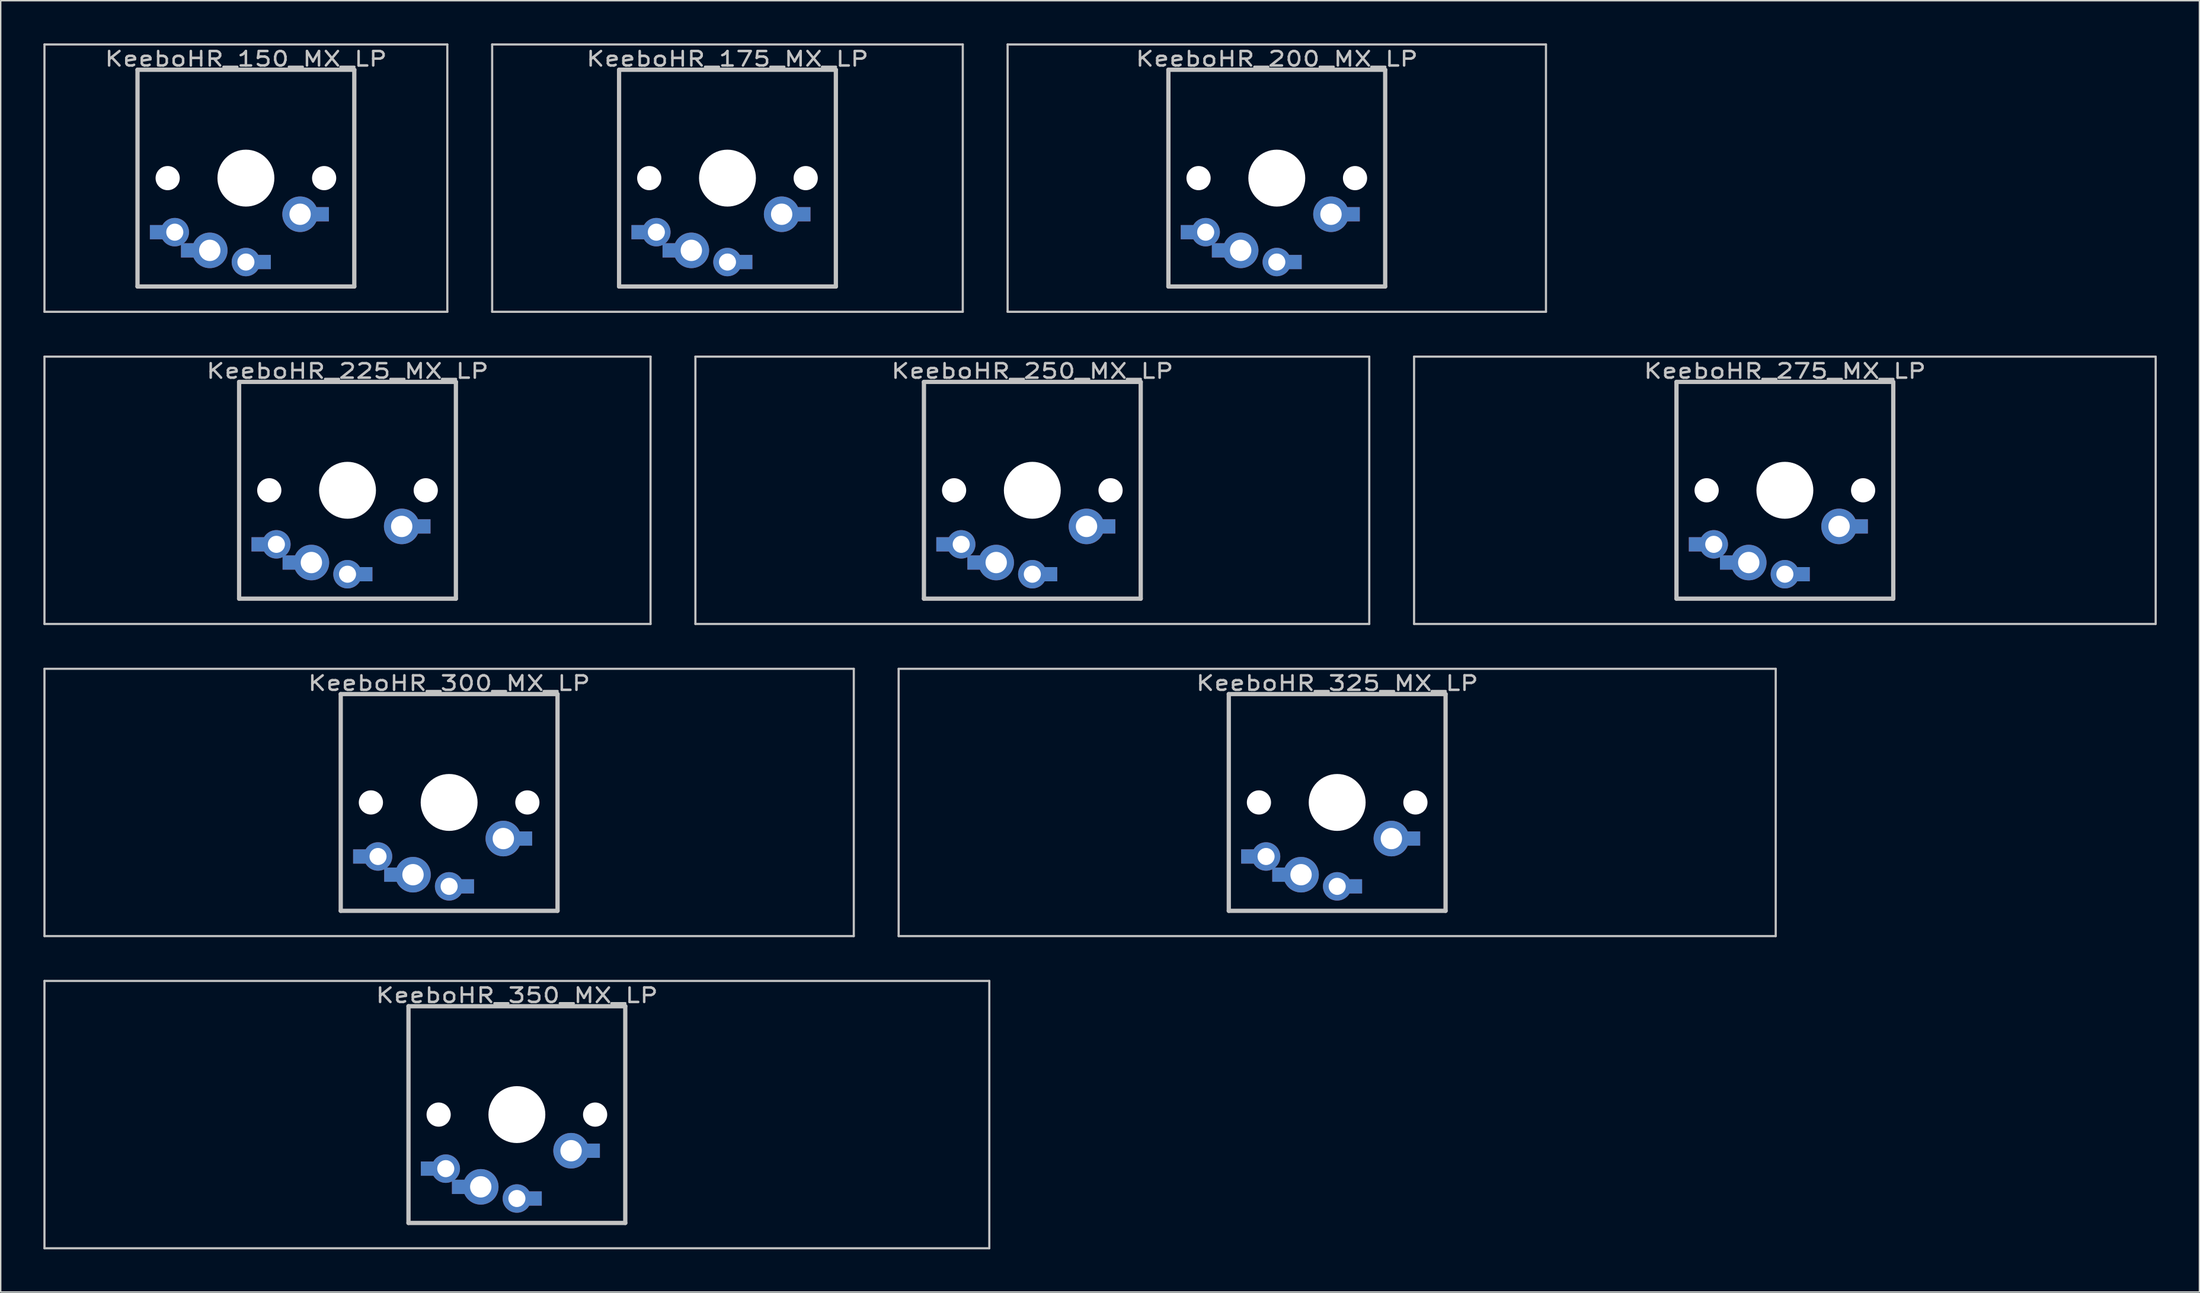
<source format=kicad_pcb>
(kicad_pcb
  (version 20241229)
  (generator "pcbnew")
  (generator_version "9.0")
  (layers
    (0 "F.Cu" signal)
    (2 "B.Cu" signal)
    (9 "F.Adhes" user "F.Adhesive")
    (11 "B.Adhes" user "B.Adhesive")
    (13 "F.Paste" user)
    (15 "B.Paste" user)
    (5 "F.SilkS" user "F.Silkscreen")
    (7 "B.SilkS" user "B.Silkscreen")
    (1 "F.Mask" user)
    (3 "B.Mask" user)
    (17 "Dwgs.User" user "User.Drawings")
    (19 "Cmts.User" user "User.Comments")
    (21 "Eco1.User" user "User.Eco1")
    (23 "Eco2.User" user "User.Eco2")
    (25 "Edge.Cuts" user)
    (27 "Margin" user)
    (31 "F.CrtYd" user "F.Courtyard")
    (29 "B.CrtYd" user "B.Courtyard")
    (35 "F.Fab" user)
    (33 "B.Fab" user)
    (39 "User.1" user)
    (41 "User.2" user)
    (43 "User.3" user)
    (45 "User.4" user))
  (footprint "KeeboHR_350_MX_LP"
    (layer "F.Cu")
    (at 33.287 75.319)
    (property "Reference" "KeeboHR_350_MX_LP" (at 0 -8.382 0) (layer "Dwgs.User") (effects (font (size 1.016 1.27) (thickness 0.178))))
    (attr through_hole)
    (fp_line (start -33.211 -9.398) (end 33.211 -9.398) (stroke (width 0.152) (type solid)) (layer "Dwgs.User"))
    (fp_line (start -33.211 9.398) (end -33.211 -9.398) (stroke (width 0.152) (type solid)) (layer "Dwgs.User"))
    (fp_line (start -7.62 -7.62) (end 7.62 -7.62) (stroke (width 0.3) (type solid)) (layer "Dwgs.User"))
    (fp_line (start -7.62 7.62) (end -7.62 -7.62) (stroke (width 0.3) (type solid)) (layer "Dwgs.User"))
    (fp_line (start 7.62 -7.62) (end 7.62 7.62) (stroke (width 0.3) (type solid)) (layer "Dwgs.User"))
    (fp_line (start 7.62 7.62) (end -7.62 7.62) (stroke (width 0.3) (type solid)) (layer "Dwgs.User"))
    (fp_line (start 33.211 -9.398) (end 33.211 9.398) (stroke (width 0.152) (type solid)) (layer "Dwgs.User"))
    (fp_line (start 33.211 9.398) (end -33.211 9.398) (stroke (width 0.152) (type solid)) (layer "Dwgs.User"))
    (pad "" np_thru_hole circle (at -5.5 0) (size 1.7 1.7) (drill 1.7) (layers "*.Cu" "*.Mask"))
    (pad "" np_thru_hole circle (at 0 0) (size 4 4) (drill 4) (layers "*.Cu" "*.Mask"))
    (pad "" np_thru_hole circle (at 5.5 0) (size 1.7 1.7) (drill 1.7) (layers "*.Cu" "*.Mask"))
    (pad "1" thru_hole circle (at 0 5.9) (size 2 2) (drill 1.2) (layers "*.Cu" "*.Mask"))
    (pad "1" smd rect (at 1.25 5.9) (size 1 1) (layers "*.Cu" "*.Mask"))
    (pad "1" thru_hole circle (at 3.81 2.54) (size 2.5 2.5) (drill 1.5) (layers "*.Cu" "*.Mask"))
    (pad "1" smd rect (at 5.334 2.54) (size 1 1) (layers "*.Cu" "*.Mask"))
    (pad "2" smd rect (at -6.25 3.8) (size 1 1) (layers "*.Cu" "*.Mask"))
    (pad "2" thru_hole circle (at -5 3.8) (size 2 2) (drill 1.2) (layers "*.Cu" "*.Mask"))
    (pad "2" smd rect (at -4.064 5.08) (size 1 1) (layers "*.Cu" "*.Mask"))
    (pad "2" thru_hole circle (at -2.54 5.08) (size 2.5 2.5) (drill 1.5) (layers "*.Cu" "*.Mask")))
  (footprint "KeeboHR_275_MX_LP"
    (layer "F.Cu")
    (at 122.427 31.423)
    (property "Reference" "KeeboHR_275_MX_LP" (at 0 -8.382 0) (layer "Dwgs.User") (effects (font (size 1.016 1.27) (thickness 0.178))))
    (attr through_hole)
    (fp_line (start -26.067 -9.398) (end 26.067 -9.398) (stroke (width 0.152) (type solid)) (layer "Dwgs.User"))
    (fp_line (start -26.067 9.398) (end -26.067 -9.398) (stroke (width 0.152) (type solid)) (layer "Dwgs.User"))
    (fp_line (start -7.62 -7.62) (end 7.62 -7.62) (stroke (width 0.3) (type solid)) (layer "Dwgs.User"))
    (fp_line (start -7.62 7.62) (end -7.62 -7.62) (stroke (width 0.3) (type solid)) (layer "Dwgs.User"))
    (fp_line (start 7.62 -7.62) (end 7.62 7.62) (stroke (width 0.3) (type solid)) (layer "Dwgs.User"))
    (fp_line (start 7.62 7.62) (end -7.62 7.62) (stroke (width 0.3) (type solid)) (layer "Dwgs.User"))
    (fp_line (start 26.067 -9.398) (end 26.067 9.398) (stroke (width 0.152) (type solid)) (layer "Dwgs.User"))
    (fp_line (start 26.067 9.398) (end -26.067 9.398) (stroke (width 0.152) (type solid)) (layer "Dwgs.User"))
    (pad "" np_thru_hole circle (at -5.5 0) (size 1.7 1.7) (drill 1.7) (layers "*.Cu" "*.Mask"))
    (pad "" np_thru_hole circle (at 0 0) (size 4 4) (drill 4) (layers "*.Cu" "*.Mask"))
    (pad "" np_thru_hole circle (at 5.5 0) (size 1.7 1.7) (drill 1.7) (layers "*.Cu" "*.Mask"))
    (pad "1" thru_hole circle (at 0 5.9) (size 2 2) (drill 1.2) (layers "*.Cu" "*.Mask"))
    (pad "1" smd rect (at 1.25 5.9) (size 1 1) (layers "*.Cu" "*.Mask"))
    (pad "1" thru_hole circle (at 3.81 2.54) (size 2.5 2.5) (drill 1.5) (layers "*.Cu" "*.Mask"))
    (pad "1" smd rect (at 5.334 2.54) (size 1 1) (layers "*.Cu" "*.Mask"))
    (pad "2" smd rect (at -6.25 3.8) (size 1 1) (layers "*.Cu" "*.Mask"))
    (pad "2" thru_hole circle (at -5 3.8) (size 2 2) (drill 1.2) (layers "*.Cu" "*.Mask"))
    (pad "2" smd rect (at -4.064 5.08) (size 1 1) (layers "*.Cu" "*.Mask"))
    (pad "2" thru_hole circle (at -2.54 5.08) (size 2.5 2.5) (drill 1.5) (layers "*.Cu" "*.Mask")))
  (footprint "KeeboHR_150_MX_LP"
    (layer "F.Cu")
    (at 14.237 9.474)
    (property "Reference" "KeeboHR_150_MX_LP" (at 0 -8.382 0) (layer "Dwgs.User") (effects (font (size 1.016 1.27) (thickness 0.178))))
    (attr through_hole)
    (fp_line (start -14.161 -9.398) (end 14.161 -9.398) (stroke (width 0.152) (type solid)) (layer "Dwgs.User"))
    (fp_line (start -14.161 9.398) (end -14.161 -9.398) (stroke (width 0.152) (type solid)) (layer "Dwgs.User"))
    (fp_line (start -7.62 -7.62) (end 7.62 -7.62) (stroke (width 0.3) (type solid)) (layer "Dwgs.User"))
    (fp_line (start -7.62 7.62) (end -7.62 -7.62) (stroke (width 0.3) (type solid)) (layer "Dwgs.User"))
    (fp_line (start 7.62 -7.62) (end 7.62 7.62) (stroke (width 0.3) (type solid)) (layer "Dwgs.User"))
    (fp_line (start 7.62 7.62) (end -7.62 7.62) (stroke (width 0.3) (type solid)) (layer "Dwgs.User"))
    (fp_line (start 14.161 -9.398) (end 14.161 9.398) (stroke (width 0.152) (type solid)) (layer "Dwgs.User"))
    (fp_line (start 14.161 9.398) (end -14.161 9.398) (stroke (width 0.152) (type solid)) (layer "Dwgs.User"))
    (pad "" np_thru_hole circle (at -5.5 0) (size 1.7 1.7) (drill 1.7) (layers "*.Cu" "*.Mask"))
    (pad "" np_thru_hole circle (at 0 0) (size 4 4) (drill 4) (layers "*.Cu" "*.Mask"))
    (pad "" np_thru_hole circle (at 5.5 0) (size 1.7 1.7) (drill 1.7) (layers "*.Cu" "*.Mask"))
    (pad "1" thru_hole circle (at 0 5.9) (size 2 2) (drill 1.2) (layers "*.Cu" "*.Mask"))
    (pad "1" smd rect (at 1.25 5.9) (size 1 1) (layers "*.Cu" "*.Mask"))
    (pad "1" thru_hole circle (at 3.81 2.54) (size 2.5 2.5) (drill 1.5) (layers "*.Cu" "*.Mask"))
    (pad "1" smd rect (at 5.334 2.54) (size 1 1) (layers "*.Cu" "*.Mask"))
    (pad "2" smd rect (at -6.25 3.8) (size 1 1) (layers "*.Cu" "*.Mask"))
    (pad "2" thru_hole circle (at -5 3.8) (size 2 2) (drill 1.2) (layers "*.Cu" "*.Mask"))
    (pad "2" smd rect (at -4.064 5.08) (size 1 1) (layers "*.Cu" "*.Mask"))
    (pad "2" thru_hole circle (at -2.54 5.08) (size 2.5 2.5) (drill 1.5) (layers "*.Cu" "*.Mask")))
  (footprint "KeeboHR_300_MX_LP"
    (layer "F.Cu")
    (at 28.524 53.371)
    (property "Reference" "KeeboHR_300_MX_LP" (at 0 -8.382 0) (layer "Dwgs.User") (effects (font (size 1.016 1.27) (thickness 0.178))))
    (attr through_hole)
    (fp_line (start -28.448 -9.398) (end 28.448 -9.398) (stroke (width 0.152) (type solid)) (layer "Dwgs.User"))
    (fp_line (start -28.448 9.398) (end -28.448 -9.398) (stroke (width 0.152) (type solid)) (layer "Dwgs.User"))
    (fp_line (start -7.62 -7.62) (end 7.62 -7.62) (stroke (width 0.3) (type solid)) (layer "Dwgs.User"))
    (fp_line (start -7.62 7.62) (end -7.62 -7.62) (stroke (width 0.3) (type solid)) (layer "Dwgs.User"))
    (fp_line (start 7.62 -7.62) (end 7.62 7.62) (stroke (width 0.3) (type solid)) (layer "Dwgs.User"))
    (fp_line (start 7.62 7.62) (end -7.62 7.62) (stroke (width 0.3) (type solid)) (layer "Dwgs.User"))
    (fp_line (start 28.448 -9.398) (end 28.448 9.398) (stroke (width 0.152) (type solid)) (layer "Dwgs.User"))
    (fp_line (start 28.448 9.398) (end -28.448 9.398) (stroke (width 0.152) (type solid)) (layer "Dwgs.User"))
    (pad "" np_thru_hole circle (at -5.5 0) (size 1.7 1.7) (drill 1.7) (layers "*.Cu" "*.Mask"))
    (pad "" np_thru_hole circle (at 0 0) (size 4 4) (drill 4) (layers "*.Cu" "*.Mask"))
    (pad "" np_thru_hole circle (at 5.5 0) (size 1.7 1.7) (drill 1.7) (layers "*.Cu" "*.Mask"))
    (pad "1" thru_hole circle (at 0 5.9) (size 2 2) (drill 1.2) (layers "*.Cu" "*.Mask"))
    (pad "1" smd rect (at 1.25 5.9) (size 1 1) (layers "*.Cu" "*.Mask"))
    (pad "1" thru_hole circle (at 3.81 2.54) (size 2.5 2.5) (drill 1.5) (layers "*.Cu" "*.Mask"))
    (pad "1" smd rect (at 5.334 2.54) (size 1 1) (layers "*.Cu" "*.Mask"))
    (pad "2" smd rect (at -6.25 3.8) (size 1 1) (layers "*.Cu" "*.Mask"))
    (pad "2" thru_hole circle (at -5 3.8) (size 2 2) (drill 1.2) (layers "*.Cu" "*.Mask"))
    (pad "2" smd rect (at -4.064 5.08) (size 1 1) (layers "*.Cu" "*.Mask"))
    (pad "2" thru_hole circle (at -2.54 5.08) (size 2.5 2.5) (drill 1.5) (layers "*.Cu" "*.Mask")))
  (footprint "KeeboHR_225_MX_LP"
    (layer "F.Cu")
    (at 21.38 31.423)
    (property "Reference" "KeeboHR_225_MX_LP" (at 0 -8.382 0) (layer "Dwgs.User") (effects (font (size 1.016 1.27) (thickness 0.178))))
    (attr through_hole)
    (fp_line (start -21.304 -9.398) (end 21.304 -9.398) (stroke (width 0.152) (type solid)) (layer "Dwgs.User"))
    (fp_line (start -21.304 9.398) (end -21.304 -9.398) (stroke (width 0.152) (type solid)) (layer "Dwgs.User"))
    (fp_line (start -7.62 -7.62) (end 7.62 -7.62) (stroke (width 0.3) (type solid)) (layer "Dwgs.User"))
    (fp_line (start -7.62 7.62) (end -7.62 -7.62) (stroke (width 0.3) (type solid)) (layer "Dwgs.User"))
    (fp_line (start 7.62 -7.62) (end 7.62 7.62) (stroke (width 0.3) (type solid)) (layer "Dwgs.User"))
    (fp_line (start 7.62 7.62) (end -7.62 7.62) (stroke (width 0.3) (type solid)) (layer "Dwgs.User"))
    (fp_line (start 21.304 -9.398) (end 21.304 9.398) (stroke (width 0.152) (type solid)) (layer "Dwgs.User"))
    (fp_line (start 21.304 9.398) (end -21.304 9.398) (stroke (width 0.152) (type solid)) (layer "Dwgs.User"))
    (pad "" np_thru_hole circle (at -5.5 0) (size 1.7 1.7) (drill 1.7) (layers "*.Cu" "*.Mask"))
    (pad "" np_thru_hole circle (at 0 0) (size 4 4) (drill 4) (layers "*.Cu" "*.Mask"))
    (pad "" np_thru_hole circle (at 5.5 0) (size 1.7 1.7) (drill 1.7) (layers "*.Cu" "*.Mask"))
    (pad "1" thru_hole circle (at 0 5.9) (size 2 2) (drill 1.2) (layers "*.Cu" "*.Mask"))
    (pad "1" smd rect (at 1.25 5.9) (size 1 1) (layers "*.Cu" "*.Mask"))
    (pad "1" thru_hole circle (at 3.81 2.54) (size 2.5 2.5) (drill 1.5) (layers "*.Cu" "*.Mask"))
    (pad "1" smd rect (at 5.334 2.54) (size 1 1) (layers "*.Cu" "*.Mask"))
    (pad "2" smd rect (at -6.25 3.8) (size 1 1) (layers "*.Cu" "*.Mask"))
    (pad "2" thru_hole circle (at -5 3.8) (size 2 2) (drill 1.2) (layers "*.Cu" "*.Mask"))
    (pad "2" smd rect (at -4.064 5.08) (size 1 1) (layers "*.Cu" "*.Mask"))
    (pad "2" thru_hole circle (at -2.54 5.08) (size 2.5 2.5) (drill 1.5) (layers "*.Cu" "*.Mask")))
  (footprint "KeeboHR_200_MX_LP"
    (layer "F.Cu")
    (at 86.709 9.474)
    (property "Reference" "KeeboHR_200_MX_LP" (at 0 -8.382 0) (layer "Dwgs.User") (effects (font (size 1.016 1.27) (thickness 0.178))))
    (attr through_hole)
    (fp_line (start -18.923 -9.398) (end 18.923 -9.398) (stroke (width 0.152) (type solid)) (layer "Dwgs.User"))
    (fp_line (start -18.923 9.398) (end -18.923 -9.398) (stroke (width 0.152) (type solid)) (layer "Dwgs.User"))
    (fp_line (start -7.62 -7.62) (end 7.62 -7.62) (stroke (width 0.3) (type solid)) (layer "Dwgs.User"))
    (fp_line (start -7.62 7.62) (end -7.62 -7.62) (stroke (width 0.3) (type solid)) (layer "Dwgs.User"))
    (fp_line (start 7.62 -7.62) (end 7.62 7.62) (stroke (width 0.3) (type solid)) (layer "Dwgs.User"))
    (fp_line (start 7.62 7.62) (end -7.62 7.62) (stroke (width 0.3) (type solid)) (layer "Dwgs.User"))
    (fp_line (start 18.923 -9.398) (end 18.923 9.398) (stroke (width 0.152) (type solid)) (layer "Dwgs.User"))
    (fp_line (start 18.923 9.398) (end -18.923 9.398) (stroke (width 0.152) (type solid)) (layer "Dwgs.User"))
    (pad "" np_thru_hole circle (at -5.5 0) (size 1.7 1.7) (drill 1.7) (layers "*.Cu" "*.Mask"))
    (pad "" np_thru_hole circle (at 0 0) (size 4 4) (drill 4) (layers "*.Cu" "*.Mask"))
    (pad "" np_thru_hole circle (at 5.5 0) (size 1.7 1.7) (drill 1.7) (layers "*.Cu" "*.Mask"))
    (pad "1" thru_hole circle (at 0 5.9) (size 2 2) (drill 1.2) (layers "*.Cu" "*.Mask"))
    (pad "1" smd rect (at 1.25 5.9) (size 1 1) (layers "*.Cu" "*.Mask"))
    (pad "1" thru_hole circle (at 3.81 2.54) (size 2.5 2.5) (drill 1.5) (layers "*.Cu" "*.Mask"))
    (pad "1" smd rect (at 5.334 2.54) (size 1 1) (layers "*.Cu" "*.Mask"))
    (pad "2" smd rect (at -6.25 3.8) (size 1 1) (layers "*.Cu" "*.Mask"))
    (pad "2" thru_hole circle (at -5 3.8) (size 2 2) (drill 1.2) (layers "*.Cu" "*.Mask"))
    (pad "2" smd rect (at -4.064 5.08) (size 1 1) (layers "*.Cu" "*.Mask"))
    (pad "2" thru_hole circle (at -2.54 5.08) (size 2.5 2.5) (drill 1.5) (layers "*.Cu" "*.Mask")))
  (footprint "KeeboHR_250_MX_LP"
    (layer "F.Cu")
    (at 69.523 31.423)
    (property "Reference" "KeeboHR_250_MX_LP" (at 0 -8.382 0) (layer "Dwgs.User") (effects (font (size 1.016 1.27) (thickness 0.178))))
    (attr through_hole)
    (fp_line (start -23.686 -9.398) (end 23.686 -9.398) (stroke (width 0.152) (type solid)) (layer "Dwgs.User"))
    (fp_line (start -23.686 9.398) (end -23.686 -9.398) (stroke (width 0.152) (type solid)) (layer "Dwgs.User"))
    (fp_line (start -7.62 -7.62) (end 7.62 -7.62) (stroke (width 0.3) (type solid)) (layer "Dwgs.User"))
    (fp_line (start -7.62 7.62) (end -7.62 -7.62) (stroke (width 0.3) (type solid)) (layer "Dwgs.User"))
    (fp_line (start 7.62 -7.62) (end 7.62 7.62) (stroke (width 0.3) (type solid)) (layer "Dwgs.User"))
    (fp_line (start 7.62 7.62) (end -7.62 7.62) (stroke (width 0.3) (type solid)) (layer "Dwgs.User"))
    (fp_line (start 23.686 -9.398) (end 23.686 9.398) (stroke (width 0.152) (type solid)) (layer "Dwgs.User"))
    (fp_line (start 23.686 9.398) (end -23.686 9.398) (stroke (width 0.152) (type solid)) (layer "Dwgs.User"))
    (pad "" np_thru_hole circle (at -5.5 0) (size 1.7 1.7) (drill 1.7) (layers "*.Cu" "*.Mask"))
    (pad "" np_thru_hole circle (at 0 0) (size 4 4) (drill 4) (layers "*.Cu" "*.Mask"))
    (pad "" np_thru_hole circle (at 5.5 0) (size 1.7 1.7) (drill 1.7) (layers "*.Cu" "*.Mask"))
    (pad "1" thru_hole circle (at 0 5.9) (size 2 2) (drill 1.2) (layers "*.Cu" "*.Mask"))
    (pad "1" smd rect (at 1.25 5.9) (size 1 1) (layers "*.Cu" "*.Mask"))
    (pad "1" thru_hole circle (at 3.81 2.54) (size 2.5 2.5) (drill 1.5) (layers "*.Cu" "*.Mask"))
    (pad "1" smd rect (at 5.334 2.54) (size 1 1) (layers "*.Cu" "*.Mask"))
    (pad "2" smd rect (at -6.25 3.8) (size 1 1) (layers "*.Cu" "*.Mask"))
    (pad "2" thru_hole circle (at -5 3.8) (size 2 2) (drill 1.2) (layers "*.Cu" "*.Mask"))
    (pad "2" smd rect (at -4.064 5.08) (size 1 1) (layers "*.Cu" "*.Mask"))
    (pad "2" thru_hole circle (at -2.54 5.08) (size 2.5 2.5) (drill 1.5) (layers "*.Cu" "*.Mask")))
  (footprint "KeeboHR_325_MX_LP"
    (layer "F.Cu")
    (at 90.954 53.371)
    (property "Reference" "KeeboHR_325_MX_LP" (at 0 -8.382 0) (layer "Dwgs.User") (effects (font (size 1.016 1.27) (thickness 0.178))))
    (attr through_hole)
    (fp_line (start -30.829 -9.398) (end 30.829 -9.398) (stroke (width 0.152) (type solid)) (layer "Dwgs.User"))
    (fp_line (start -30.829 9.398) (end -30.829 -9.398) (stroke (width 0.152) (type solid)) (layer "Dwgs.User"))
    (fp_line (start -7.62 -7.62) (end 7.62 -7.62) (stroke (width 0.3) (type solid)) (layer "Dwgs.User"))
    (fp_line (start -7.62 7.62) (end -7.62 -7.62) (stroke (width 0.3) (type solid)) (layer "Dwgs.User"))
    (fp_line (start 7.62 -7.62) (end 7.62 7.62) (stroke (width 0.3) (type solid)) (layer "Dwgs.User"))
    (fp_line (start 7.62 7.62) (end -7.62 7.62) (stroke (width 0.3) (type solid)) (layer "Dwgs.User"))
    (fp_line (start 30.829 -9.398) (end 30.829 9.398) (stroke (width 0.152) (type solid)) (layer "Dwgs.User"))
    (fp_line (start 30.829 9.398) (end -30.829 9.398) (stroke (width 0.152) (type solid)) (layer "Dwgs.User"))
    (pad "" np_thru_hole circle (at -5.5 0) (size 1.7 1.7) (drill 1.7) (layers "*.Cu" "*.Mask"))
    (pad "" np_thru_hole circle (at 0 0) (size 4 4) (drill 4) (layers "*.Cu" "*.Mask"))
    (pad "" np_thru_hole circle (at 5.5 0) (size 1.7 1.7) (drill 1.7) (layers "*.Cu" "*.Mask"))
    (pad "1" thru_hole circle (at 0 5.9) (size 2 2) (drill 1.2) (layers "*.Cu" "*.Mask"))
    (pad "1" smd rect (at 1.25 5.9) (size 1 1) (layers "*.Cu" "*.Mask"))
    (pad "1" thru_hole circle (at 3.81 2.54) (size 2.5 2.5) (drill 1.5) (layers "*.Cu" "*.Mask"))
    (pad "1" smd rect (at 5.334 2.54) (size 1 1) (layers "*.Cu" "*.Mask"))
    (pad "2" smd rect (at -6.25 3.8) (size 1 1) (layers "*.Cu" "*.Mask"))
    (pad "2" thru_hole circle (at -5 3.8) (size 2 2) (drill 1.2) (layers "*.Cu" "*.Mask"))
    (pad "2" smd rect (at -4.064 5.08) (size 1 1) (layers "*.Cu" "*.Mask"))
    (pad "2" thru_hole circle (at -2.54 5.08) (size 2.5 2.5) (drill 1.5) (layers "*.Cu" "*.Mask")))
  (footprint "KeeboHR_175_MX_LP"
    (layer "F.Cu")
    (at 48.091 9.474)
    (property "Reference" "KeeboHR_175_MX_LP" (at 0 -8.382 0) (layer "Dwgs.User") (effects (font (size 1.016 1.27) (thickness 0.178))))
    (attr through_hole)
    (fp_line (start -16.542 -9.398) (end 16.542 -9.398) (stroke (width 0.152) (type solid)) (layer "Dwgs.User"))
    (fp_line (start -16.542 9.398) (end -16.542 -9.398) (stroke (width 0.152) (type solid)) (layer "Dwgs.User"))
    (fp_line (start -7.62 -7.62) (end 7.62 -7.62) (stroke (width 0.3) (type solid)) (layer "Dwgs.User"))
    (fp_line (start -7.62 7.62) (end -7.62 -7.62) (stroke (width 0.3) (type solid)) (layer "Dwgs.User"))
    (fp_line (start 7.62 -7.62) (end 7.62 7.62) (stroke (width 0.3) (type solid)) (layer "Dwgs.User"))
    (fp_line (start 7.62 7.62) (end -7.62 7.62) (stroke (width 0.3) (type solid)) (layer "Dwgs.User"))
    (fp_line (start 16.542 -9.398) (end 16.542 9.398) (stroke (width 0.152) (type solid)) (layer "Dwgs.User"))
    (fp_line (start 16.542 9.398) (end -16.542 9.398) (stroke (width 0.152) (type solid)) (layer "Dwgs.User"))
    (pad "" np_thru_hole circle (at -5.5 0) (size 1.7 1.7) (drill 1.7) (layers "*.Cu" "*.Mask"))
    (pad "" np_thru_hole circle (at 0 0) (size 4 4) (drill 4) (layers "*.Cu" "*.Mask"))
    (pad "" np_thru_hole circle (at 5.5 0) (size 1.7 1.7) (drill 1.7) (layers "*.Cu" "*.Mask"))
    (pad "1" thru_hole circle (at 0 5.9) (size 2 2) (drill 1.2) (layers "*.Cu" "*.Mask"))
    (pad "1" smd rect (at 1.25 5.9) (size 1 1) (layers "*.Cu" "*.Mask"))
    (pad "1" thru_hole circle (at 3.81 2.54) (size 2.5 2.5) (drill 1.5) (layers "*.Cu" "*.Mask"))
    (pad "1" smd rect (at 5.334 2.54) (size 1 1) (layers "*.Cu" "*.Mask"))
    (pad "2" smd rect (at -6.25 3.8) (size 1 1) (layers "*.Cu" "*.Mask"))
    (pad "2" thru_hole circle (at -5 3.8) (size 2 2) (drill 1.2) (layers "*.Cu" "*.Mask"))
    (pad "2" smd rect (at -4.064 5.08) (size 1 1) (layers "*.Cu" "*.Mask"))
    (pad "2" thru_hole circle (at -2.54 5.08) (size 2.5 2.5) (drill 1.5) (layers "*.Cu" "*.Mask")))
  (gr_rect
    (start -3 -3)
    (end 151.57 87.794)
    (stroke (width 0.1) (type default))
    (fill no)
    (layer "Edge.Cuts")))
</source>
